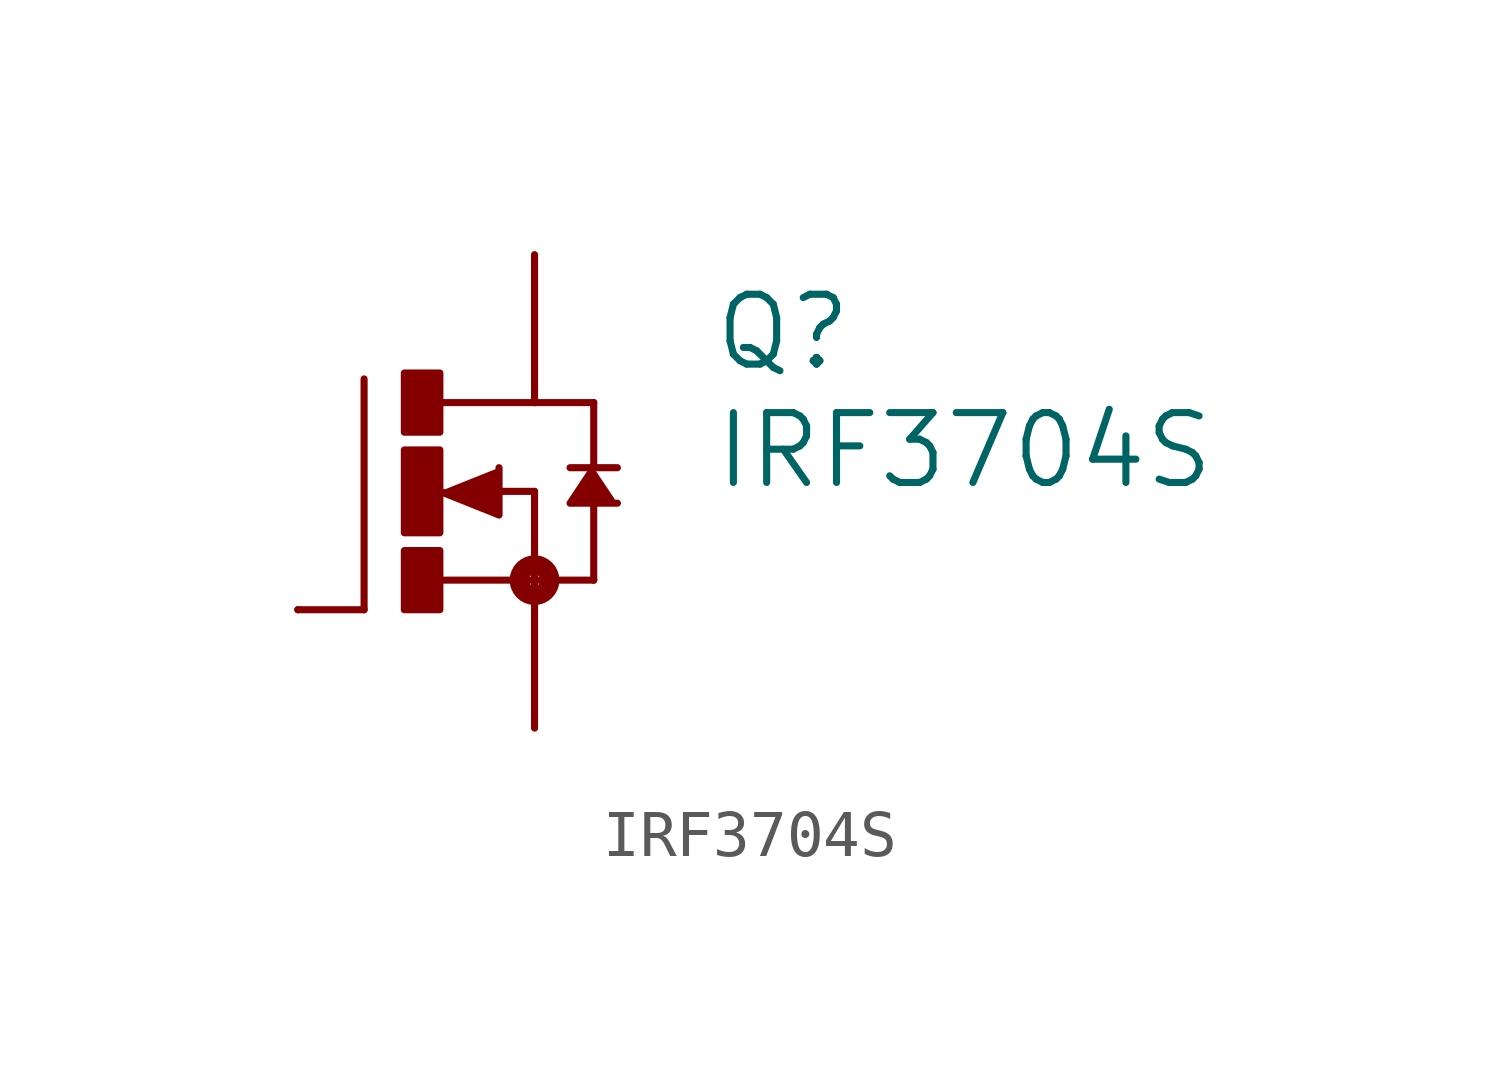
<source format=kicad_sym>
(kicad_symbol_lib
  (version 20211014)
  (generator kicad_symbol_editor)
  (symbol "IRF3704S"
    (pin_names
      (offset 1.016))
    (property "Reference" "Q"
      (at 6.35 2.54 0)
      (effects (font (size 1.499 1.499)) (justify left bottom)))
    (property "Value" "IRF3704S"
      (at 6.35 0 0)
      (effects (font (size 1.499 1.499)) (justify left bottom)))
    (property "ki_locked" ""
      (at 0 0 0)
      (effects (font (size 1.27 1.27))))
    (symbol "IRF3704S_1_0"
      (rectangle (start -0.254 -2.54) (end 0.508 -1.27) (stroke (width 0) (type default) (color 0 0 0 0)) (fill (type outline)))
      (rectangle (start -0.254 -0.889) (end 0.508 0.889) (stroke (width 0) (type default) (color 0 0 0 0)) (fill (type outline)))
      (rectangle (start -0.254 1.27) (end 0.508 2.54) (stroke (width 0) (type default) (color 0 0 0 0)) (fill (type outline)))
      (polyline (pts (xy -1.118 -2.54) (xy -2.54 -2.54)) (stroke (width 0) (type default) (color 0 0 0 0)) (fill (type none)))
      (polyline (pts (xy -1.118 2.413) (xy -1.118 -2.54)) (stroke (width 0) (type default) (color 0 0 0 0)) (fill (type none)))
      (polyline (pts (xy 0.508 -1.905) (xy 2.54 -1.905)) (stroke (width 0) (type default) (color 0 0 0 0)) (fill (type none)))
      (polyline (pts (xy 1.651 0) (xy 2.54 0)) (stroke (width 0) (type default) (color 0 0 0 0)) (fill (type none)))
      (polyline (pts (xy 2.54 -1.905) (xy 2.54 -2.54)) (stroke (width 0) (type default) (color 0 0 0 0)) (fill (type none)))
      (polyline (pts (xy 2.54 0) (xy 2.54 -1.905)) (stroke (width 0) (type default) (color 0 0 0 0)) (fill (type none)))
      (polyline (pts (xy 2.54 1.905) (xy 0.533 1.905)) (stroke (width 0) (type default) (color 0 0 0 0)) (fill (type none)))
      (polyline (pts (xy 2.54 2.54) (xy 2.54 1.905)) (stroke (width 0) (type default) (color 0 0 0 0)) (fill (type none)))
      (polyline (pts (xy 3.302 0.508) (xy 3.81 0.508)) (stroke (width 0) (type default) (color 0 0 0 0)) (fill (type none)))
      (polyline (pts (xy 3.81 -1.905) (xy 2.54 -1.905)) (stroke (width 0) (type default) (color 0 0 0 0)) (fill (type none)))
      (polyline (pts (xy 3.81 -1.905) (xy 3.81 -0.127)) (stroke (width 0) (type default) (color 0 0 0 0)) (fill (type none)))
      (polyline (pts (xy 3.81 0.508) (xy 3.81 1.905)) (stroke (width 0) (type default) (color 0 0 0 0)) (fill (type none)))
      (polyline (pts (xy 3.81 0.508) (xy 4.318 0.508)) (stroke (width 0) (type default) (color 0 0 0 0)) (fill (type none)))
      (polyline (pts (xy 3.81 1.905) (xy 2.54 1.905)) (stroke (width 0) (type default) (color 0 0 0 0)) (fill (type none)))
      (polyline (pts (xy 0.508 0) (xy 1.778 -0.508) (xy 1.778 0.508)) (stroke (width 0) (type default) (color 0 0 0 0)) (fill (type outline)))
      (polyline (pts (xy 3.81 0.508) (xy 3.302 -0.254) (xy 4.318 -0.254)) (stroke (width 0) (type default) (color 0 0 0 0)) (fill (type outline)))
      (circle (center 2.54 -1.905) (radius 0.127) (stroke (width 0.406) (type default) (color 0 0 0 0)) (fill (type none)))
      (pin passive line (at -2.54 -2.54 0) (length 0) (name "G" (effects (font (size 0 0)))) (number "1" (effects (font (size 0 0)))))
      (pin passive line (at 2.54 5.08 270) (length 2.54) (name "D" (effects (font (size 0 0)))) (number "2" (effects (font (size 0 0)))))
      (pin passive line (at 2.54 -5.08 90) (length 2.54) (name "S" (effects (font (size 0 0)))) (number "3" (effects (font (size 0 0))))))))
</source>
